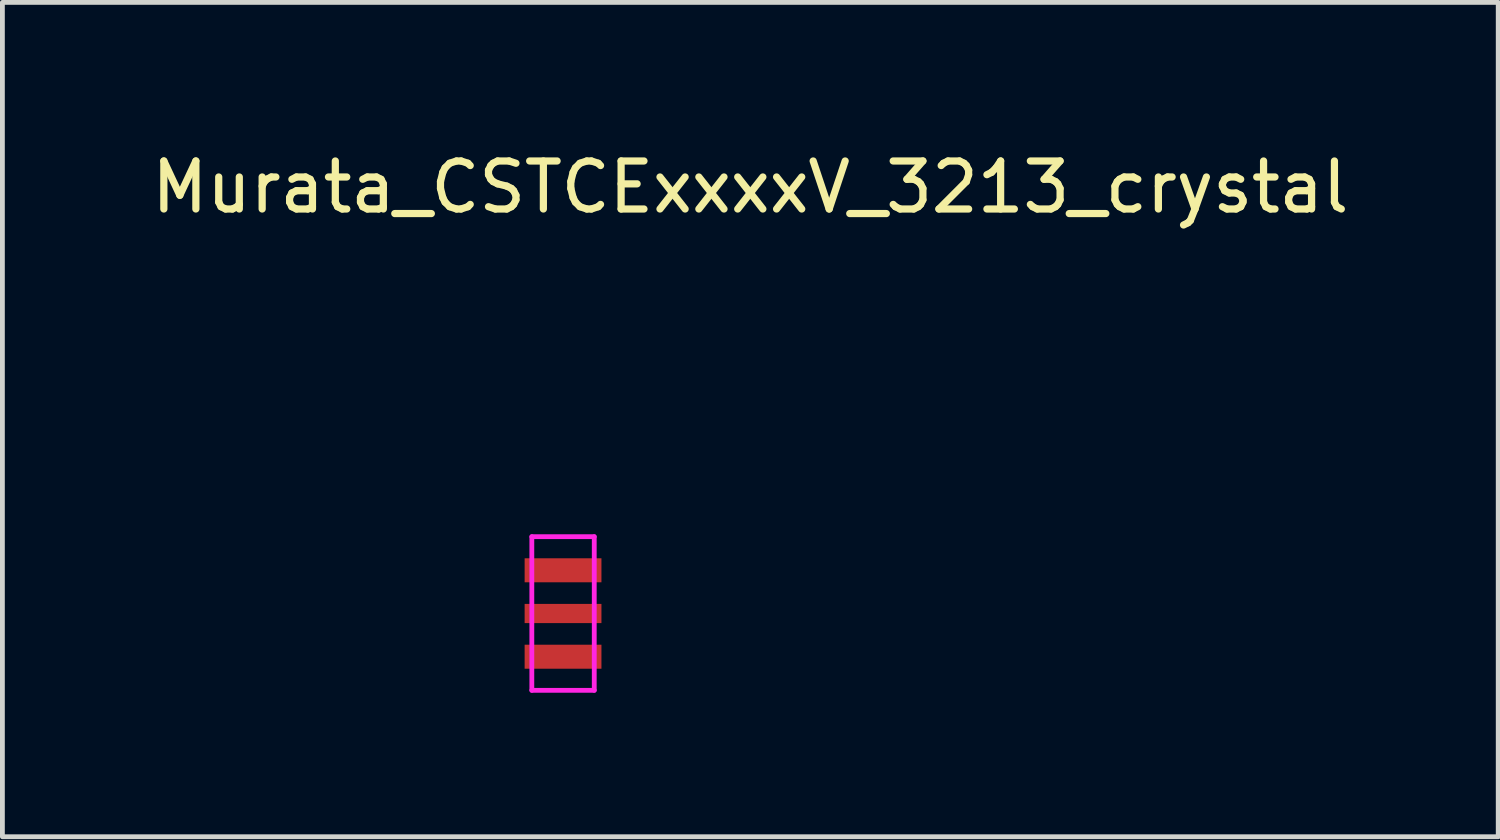
<source format=kicad_pcb>
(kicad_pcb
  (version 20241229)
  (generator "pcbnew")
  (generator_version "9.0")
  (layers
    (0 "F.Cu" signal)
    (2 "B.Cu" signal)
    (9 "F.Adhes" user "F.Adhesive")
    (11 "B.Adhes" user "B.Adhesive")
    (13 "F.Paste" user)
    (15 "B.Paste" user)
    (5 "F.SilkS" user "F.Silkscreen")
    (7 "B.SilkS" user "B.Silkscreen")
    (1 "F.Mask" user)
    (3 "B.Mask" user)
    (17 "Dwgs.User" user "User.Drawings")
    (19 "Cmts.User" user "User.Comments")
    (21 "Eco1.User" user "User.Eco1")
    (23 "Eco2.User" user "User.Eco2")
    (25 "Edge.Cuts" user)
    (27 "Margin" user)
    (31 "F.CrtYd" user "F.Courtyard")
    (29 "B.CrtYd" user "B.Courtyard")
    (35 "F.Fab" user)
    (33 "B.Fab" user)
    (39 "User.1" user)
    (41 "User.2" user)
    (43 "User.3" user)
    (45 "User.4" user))
  (footprint "Murata_CSTCExxxxV_3213_crystal"
    (layer "F.Cu")
    (at 8.677 9.728)
    (property "Reference" "Murata_CSTCExxxxV_3213_crystal" (at 3.9 -8.88 0) (layer "F.SilkS") (effects (font (size 1 1) (thickness 0.15))))
    (attr through_hole)
    (fp_line (start -0.65 -1.6) (end -0.65 1.6) (stroke (width 0.1) (type solid)) (layer "F.CrtYd"))
    (fp_line (start -0.65 1.6) (end 0.65 1.6) (stroke (width 0.1) (type solid)) (layer "F.CrtYd"))
    (fp_line (start 0.65 -1.6) (end -0.65 -1.6) (stroke (width 0.1) (type solid)) (layer "F.CrtYd"))
    (fp_line (start 0.65 1.6) (end 0.65 -1.6) (stroke (width 0.1) (type solid)) (layer "F.CrtYd"))
    (pad "1" smd rect (at 0 -0.9) (size 1.6 0.5) (layers "F.Cu" "F.Mask" "F.Paste"))
    (pad "2" smd rect (at 0 0.9) (size 1.6 0.5) (layers "F.Cu" "F.Mask" "F.Paste"))
    (pad "3" smd rect (at 0 0) (size 1.6 0.4) (layers "F.Cu" "F.Mask" "F.Paste")))
  (gr_rect
    (start -3 -3)
    (end 28.155 14.378)
    (stroke (width 0.1) (type default))
    (fill no)
    (layer "Edge.Cuts")))
</source>
